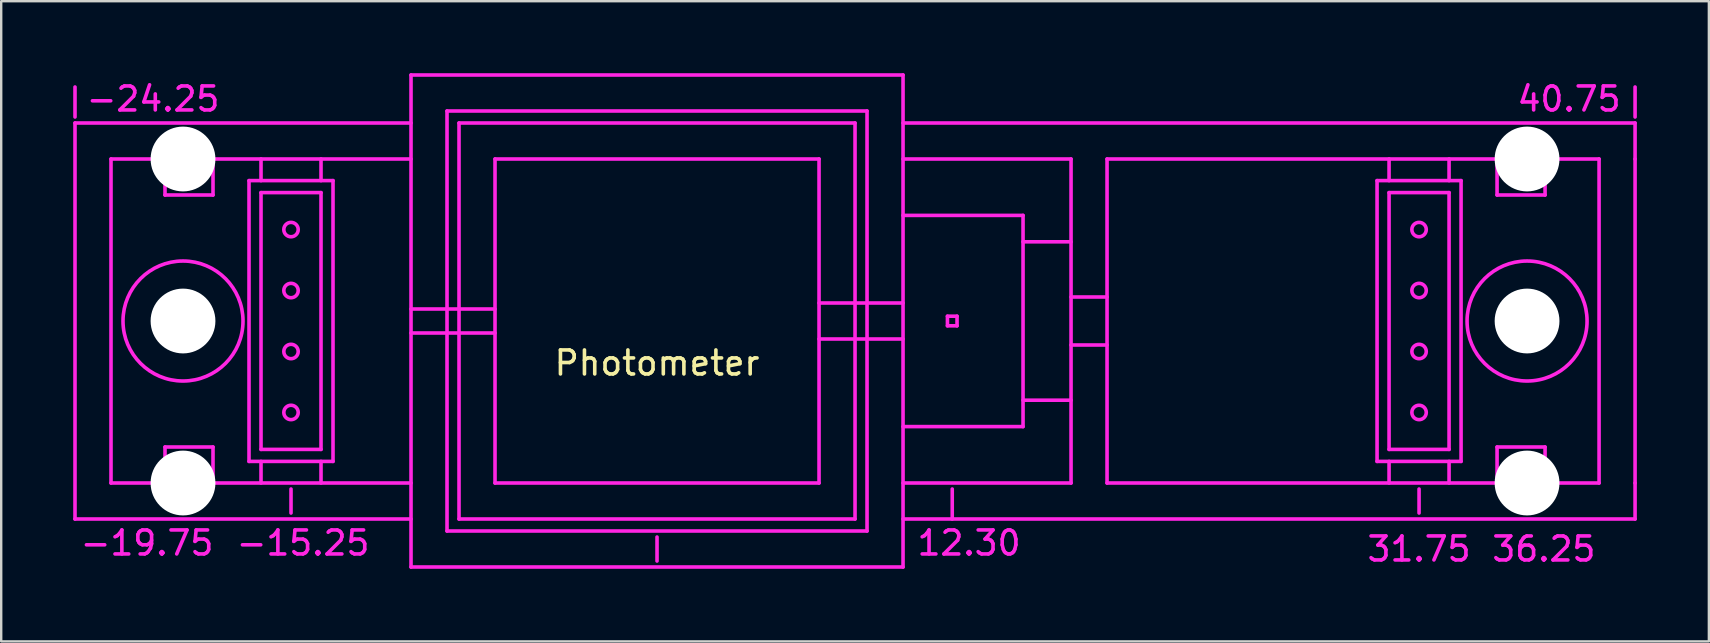
<source format=kicad_pcb>
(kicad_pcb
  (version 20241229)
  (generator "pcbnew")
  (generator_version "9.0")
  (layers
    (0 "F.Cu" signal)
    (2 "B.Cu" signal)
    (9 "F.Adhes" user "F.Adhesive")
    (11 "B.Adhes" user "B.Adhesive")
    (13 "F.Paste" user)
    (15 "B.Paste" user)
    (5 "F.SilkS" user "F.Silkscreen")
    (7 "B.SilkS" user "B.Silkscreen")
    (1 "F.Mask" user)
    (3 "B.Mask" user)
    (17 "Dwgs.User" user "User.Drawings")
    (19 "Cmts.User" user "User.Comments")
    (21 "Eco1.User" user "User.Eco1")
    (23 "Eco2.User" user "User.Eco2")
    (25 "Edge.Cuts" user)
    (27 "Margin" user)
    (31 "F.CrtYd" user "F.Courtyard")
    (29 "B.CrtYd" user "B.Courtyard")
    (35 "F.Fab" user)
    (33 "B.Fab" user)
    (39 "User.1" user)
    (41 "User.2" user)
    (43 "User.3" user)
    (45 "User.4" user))
  (footprint "Photometer"
    (layer "F.Cu")
    (at 24.325 10.325)
    (property "Reference" "Photometer" (at 0 1.75 0) (layer "F.SilkS") (effects (font (size 1 1) (thickness 0.15))))
    (attr through_hole)
    (fp_line (start -24.25 -8.5) (end -24.25 -9.75) (stroke (width 0.15) (type solid)) (layer "F.CrtYd"))
    (fp_line (start -24.25 -8.25) (end -24.25 8.25) (stroke (width 0.15) (type solid)) (layer "F.CrtYd"))
    (fp_line (start -22.75 -6.75) (end -22.75 6.75) (stroke (width 0.15) (type solid)) (layer "F.CrtYd"))
    (fp_line (start -22.75 -6.75) (end -10.25 -6.75) (stroke (width 0.15) (type solid)) (layer "F.CrtYd"))
    (fp_line (start -22.75 6.75) (end -10.25 6.75) (stroke (width 0.15) (type solid)) (layer "F.CrtYd"))
    (fp_line (start -20.5 -6.75) (end -20.5 -5.25) (stroke (width 0.15) (type solid)) (layer "F.CrtYd"))
    (fp_line (start -20.5 -5.25) (end -18.5 -5.25) (stroke (width 0.15) (type solid)) (layer "F.CrtYd"))
    (fp_line (start -20.5 5.25) (end -20.5 6.75) (stroke (width 0.15) (type solid)) (layer "F.CrtYd"))
    (fp_line (start -20.5 5.25) (end -18.5 5.25) (stroke (width 0.15) (type solid)) (layer "F.CrtYd"))
    (fp_line (start -19.75 7) (end -19.75 8) (stroke (width 0.15) (type solid)) (layer "F.CrtYd"))
    (fp_line (start -18.5 -5.25) (end -18.5 -6.75) (stroke (width 0.15) (type solid)) (layer "F.CrtYd"))
    (fp_line (start -18.5 5.25) (end -18.5 6.75) (stroke (width 0.15) (type solid)) (layer "F.CrtYd"))
    (fp_line (start -17 -5.85) (end -17 5.85) (stroke (width 0.15) (type solid)) (layer "F.CrtYd"))
    (fp_line (start -17 5.85) (end -13.5 5.85) (stroke (width 0.15) (type solid)) (layer "F.CrtYd"))
    (fp_line (start -16.5 -5.85) (end -16.5 -6.75) (stroke (width 0.15) (type solid)) (layer "F.CrtYd"))
    (fp_line (start -16.5 5.35) (end -16.5 -5.35) (stroke (width 0.15) (type solid)) (layer "F.CrtYd"))
    (fp_line (start -16.5 6.75) (end -16.5 5.85) (stroke (width 0.15) (type solid)) (layer "F.CrtYd"))
    (fp_line (start -15.25 7) (end -15.25 8) (stroke (width 0.15) (type solid)) (layer "F.CrtYd"))
    (fp_line (start -14 -5.85) (end -14 -6.75) (stroke (width 0.15) (type solid)) (layer "F.CrtYd"))
    (fp_line (start -14 -5.35) (end -16.5 -5.35) (stroke (width 0.15) (type solid)) (layer "F.CrtYd"))
    (fp_line (start -14 -5.35) (end -14 5.35) (stroke (width 0.15) (type solid)) (layer "F.CrtYd"))
    (fp_line (start -14 5.35) (end -16.5 5.35) (stroke (width 0.15) (type solid)) (layer "F.CrtYd"))
    (fp_line (start -14 5.85) (end -14 6.75) (stroke (width 0.15) (type solid)) (layer "F.CrtYd"))
    (fp_line (start -13.5 -5.85) (end -17 -5.85) (stroke (width 0.15) (type solid)) (layer "F.CrtYd"))
    (fp_line (start -13.5 5.85) (end -13.5 -5.85) (stroke (width 0.15) (type solid)) (layer "F.CrtYd"))
    (fp_line (start -10.25 -10.25) (end 10.25 -10.25) (stroke (width 0.15) (type solid)) (layer "F.CrtYd"))
    (fp_line (start -10.25 -8.25) (end -24.25 -8.25) (stroke (width 0.15) (type solid)) (layer "F.CrtYd"))
    (fp_line (start -10.25 -0.5) (end -6.75 -0.5) (stroke (width 0.15) (type solid)) (layer "F.CrtYd"))
    (fp_line (start -10.25 8.25) (end -24.25 8.25) (stroke (width 0.15) (type solid)) (layer "F.CrtYd"))
    (fp_line (start -10.25 10.25) (end -10.25 -10.25) (stroke (width 0.15) (type solid)) (layer "F.CrtYd"))
    (fp_line (start -8.75 -8.75) (end 8.75 -8.75) (stroke (width 0.15) (type solid)) (layer "F.CrtYd"))
    (fp_line (start -8.75 8.75) (end -8.75 -8.75) (stroke (width 0.15) (type solid)) (layer "F.CrtYd"))
    (fp_line (start -8.25 -8.25) (end 8.25 -8.25) (stroke (width 0.15) (type solid)) (layer "F.CrtYd"))
    (fp_line (start -8.25 8.25) (end -8.25 -8.25) (stroke (width 0.15) (type solid)) (layer "F.CrtYd"))
    (fp_line (start -6.75 -6.75) (end 6.75 -6.75) (stroke (width 0.15) (type solid)) (layer "F.CrtYd"))
    (fp_line (start -6.75 0.5) (end -10.25 0.5) (stroke (width 0.15) (type solid)) (layer "F.CrtYd"))
    (fp_line (start -6.75 6.75) (end -6.75 -6.75) (stroke (width 0.15) (type solid)) (layer "F.CrtYd"))
    (fp_line (start 0 9) (end 0 10) (stroke (width 0.15) (type solid)) (layer "F.CrtYd"))
    (fp_line (start 6.75 -6.75) (end 6.75 6.75) (stroke (width 0.15) (type solid)) (layer "F.CrtYd"))
    (fp_line (start 6.75 -0.75) (end 10.25 -0.75) (stroke (width 0.15) (type solid)) (layer "F.CrtYd"))
    (fp_line (start 6.75 6.75) (end -6.75 6.75) (stroke (width 0.15) (type solid)) (layer "F.CrtYd"))
    (fp_line (start 8.25 -8.25) (end 8.25 8.25) (stroke (width 0.15) (type solid)) (layer "F.CrtYd"))
    (fp_line (start 8.25 8.25) (end -8.25 8.25) (stroke (width 0.15) (type solid)) (layer "F.CrtYd"))
    (fp_line (start 8.75 -8.75) (end 8.75 8.75) (stroke (width 0.15) (type solid)) (layer "F.CrtYd"))
    (fp_line (start 8.75 8.75) (end -8.75 8.75) (stroke (width 0.15) (type solid)) (layer "F.CrtYd"))
    (fp_line (start 10.25 -10.25) (end 10.25 10.25) (stroke (width 0.15) (type solid)) (layer "F.CrtYd"))
    (fp_line (start 10.25 -8.25) (end 40.75 -8.25) (stroke (width 0.15) (type solid)) (layer "F.CrtYd"))
    (fp_line (start 10.25 0.75) (end 6.75 0.75) (stroke (width 0.15) (type solid)) (layer "F.CrtYd"))
    (fp_line (start 10.25 8.25) (end 40.75 8.25) (stroke (width 0.15) (type solid)) (layer "F.CrtYd"))
    (fp_line (start 10.25 10.25) (end -10.25 10.25) (stroke (width 0.15) (type solid)) (layer "F.CrtYd"))
    (fp_line (start 12.1 -0.2) (end 12.5 -0.2) (stroke (width 0.15) (type solid)) (layer "F.CrtYd"))
    (fp_line (start 12.1 0.2) (end 12.1 -0.2) (stroke (width 0.15) (type solid)) (layer "F.CrtYd"))
    (fp_line (start 12.3 8.25) (end 12.3 7) (stroke (width 0.15) (type solid)) (layer "F.CrtYd"))
    (fp_line (start 12.5 -0.2) (end 12.5 0.2) (stroke (width 0.15) (type solid)) (layer "F.CrtYd"))
    (fp_line (start 12.5 0.2) (end 12.1 0.2) (stroke (width 0.15) (type solid)) (layer "F.CrtYd"))
    (fp_line (start 15.25 -4.4) (end 10.25 -4.4) (stroke (width 0.15) (type solid)) (layer "F.CrtYd"))
    (fp_line (start 15.25 -4.4) (end 15.25 4.4) (stroke (width 0.15) (type solid)) (layer "F.CrtYd"))
    (fp_line (start 15.25 -3.3) (end 17.25 -3.3) (stroke (width 0.15) (type solid)) (layer "F.CrtYd"))
    (fp_line (start 15.25 3.3) (end 17.25 3.3) (stroke (width 0.15) (type solid)) (layer "F.CrtYd"))
    (fp_line (start 15.25 4.4) (end 10.25 4.4) (stroke (width 0.15) (type solid)) (layer "F.CrtYd"))
    (fp_line (start 17.25 -6.75) (end 10.25 -6.75) (stroke (width 0.15) (type solid)) (layer "F.CrtYd"))
    (fp_line (start 17.25 -1) (end 18.75 -1) (stroke (width 0.15) (type solid)) (layer "F.CrtYd"))
    (fp_line (start 17.25 6.75) (end 10.25 6.75) (stroke (width 0.15) (type solid)) (layer "F.CrtYd"))
    (fp_line (start 17.25 6.75) (end 17.25 -6.75) (stroke (width 0.15) (type solid)) (layer "F.CrtYd"))
    (fp_line (start 18.75 -6.75) (end 18.75 6.75) (stroke (width 0.15) (type solid)) (layer "F.CrtYd"))
    (fp_line (start 18.75 -6.75) (end 39.25 -6.75) (stroke (width 0.15) (type solid)) (layer "F.CrtYd"))
    (fp_line (start 18.75 1) (end 17.25 1) (stroke (width 0.15) (type solid)) (layer "F.CrtYd"))
    (fp_line (start 18.75 6.75) (end 39.25 6.75) (stroke (width 0.15) (type solid)) (layer "F.CrtYd"))
    (fp_line (start 30 -5.85) (end 30 5.85) (stroke (width 0.15) (type solid)) (layer "F.CrtYd"))
    (fp_line (start 30 5.85) (end 33.5 5.85) (stroke (width 0.15) (type solid)) (layer "F.CrtYd"))
    (fp_line (start 30.5 -5.85) (end 30.5 -6.75) (stroke (width 0.15) (type solid)) (layer "F.CrtYd"))
    (fp_line (start 30.5 5.35) (end 30.5 -5.35) (stroke (width 0.15) (type solid)) (layer "F.CrtYd"))
    (fp_line (start 30.5 6.75) (end 30.5 5.85) (stroke (width 0.15) (type solid)) (layer "F.CrtYd"))
    (fp_line (start 31.75 7) (end 31.75 8) (stroke (width 0.15) (type solid)) (layer "F.CrtYd"))
    (fp_line (start 33 -5.85) (end 33 -6.75) (stroke (width 0.15) (type solid)) (layer "F.CrtYd"))
    (fp_line (start 33 -5.35) (end 30.5 -5.35) (stroke (width 0.15) (type solid)) (layer "F.CrtYd"))
    (fp_line (start 33 -5.35) (end 33 5.35) (stroke (width 0.15) (type solid)) (layer "F.CrtYd"))
    (fp_line (start 33 5.35) (end 30.5 5.35) (stroke (width 0.15) (type solid)) (layer "F.CrtYd"))
    (fp_line (start 33 5.85) (end 33 6.75) (stroke (width 0.15) (type solid)) (layer "F.CrtYd"))
    (fp_line (start 33.5 -5.85) (end 30 -5.85) (stroke (width 0.15) (type solid)) (layer "F.CrtYd"))
    (fp_line (start 33.5 5.85) (end 33.5 -5.85) (stroke (width 0.15) (type solid)) (layer "F.CrtYd"))
    (fp_line (start 35 -6.75) (end 35 -5.25) (stroke (width 0.15) (type solid)) (layer "F.CrtYd"))
    (fp_line (start 35 -5.25) (end 37 -5.25) (stroke (width 0.15) (type solid)) (layer "F.CrtYd"))
    (fp_line (start 35 5.25) (end 37 5.25) (stroke (width 0.15) (type solid)) (layer "F.CrtYd"))
    (fp_line (start 35 6.75) (end 35 5.25) (stroke (width 0.15) (type solid)) (layer "F.CrtYd"))
    (fp_line (start 36.25 7) (end 36.25 8) (stroke (width 0.15) (type solid)) (layer "F.CrtYd"))
    (fp_line (start 37 -5.25) (end 37 -6.75) (stroke (width 0.15) (type solid)) (layer "F.CrtYd"))
    (fp_line (start 37 5.25) (end 37 6.75) (stroke (width 0.15) (type solid)) (layer "F.CrtYd"))
    (fp_line (start 39.25 6.75) (end 39.25 -6.75) (stroke (width 0.15) (type solid)) (layer "F.CrtYd"))
    (fp_line (start 40.75 -8.5) (end 40.75 -9.75) (stroke (width 0.15) (type solid)) (layer "F.CrtYd"))
    (fp_line (start 40.75 -8.25) (end 40.75 -6.75) (stroke (width 0.15) (type solid)) (layer "F.CrtYd"))
    (fp_line (start 40.75 -6.75) (end 40.75 6.75) (stroke (width 0.15) (type solid)) (layer "F.CrtYd"))
    (fp_line (start 40.75 8.25) (end 40.75 6.75) (stroke (width 0.15) (type solid)) (layer "F.CrtYd"))
    (fp_circle (center -19.75 0) (end -17.25 0) (stroke (width 0.15) (type solid)) (fill no) (layer "F.CrtYd"))
    (fp_circle (center -15.25 -3.81) (end -14.95 -3.81) (stroke (width 0.15) (type solid)) (fill no) (layer "F.CrtYd"))
    (fp_circle (center -15.25 -1.27) (end -14.95 -1.27) (stroke (width 0.15) (type solid)) (fill no) (layer "F.CrtYd"))
    (fp_circle (center -15.25 1.27) (end -14.95 1.27) (stroke (width 0.15) (type solid)) (fill no) (layer "F.CrtYd"))
    (fp_circle (center -15.25 3.81) (end -14.95 3.81) (stroke (width 0.15) (type solid)) (fill no) (layer "F.CrtYd"))
    (fp_circle (center 31.75 -3.81) (end 32.05 -3.81) (stroke (width 0.15) (type solid)) (fill no) (layer "F.CrtYd"))
    (fp_circle (center 31.75 -1.27) (end 32.05 -1.27) (stroke (width 0.15) (type solid)) (fill no) (layer "F.CrtYd"))
    (fp_circle (center 31.75 1.27) (end 32.05 1.27) (stroke (width 0.15) (type solid)) (fill no) (layer "F.CrtYd"))
    (fp_circle (center 31.75 3.81) (end 32.05 3.81) (stroke (width 0.15) (type solid)) (fill no) (layer "F.CrtYd"))
    (fp_circle (center 36.25 0) (end 38.75 0) (stroke (width 0.15) (type solid)) (fill no) (layer "F.CrtYd"))
    (fp_text user "-19.75" (at -21.25 9.25 0) (layer "F.CrtYd") (effects (font (size 1 1) (thickness 0.15))))
    (fp_text user "36.25" (at 36.95 9.5 0) (layer "F.CrtYd") (effects (font (size 1 1) (thickness 0.15))))
    (fp_text user "31.75" (at 31.75 9.5 0) (layer "F.CrtYd") (effects (font (size 1 1) (thickness 0.15))))
    (fp_text user "12.30" (at 13 9.25 0) (layer "F.CrtYd") (effects (font (size 1 1) (thickness 0.15))))
    (fp_text user "-24.25" (at -21 -9.25 0) (layer "F.CrtYd") (effects (font (size 1 1) (thickness 0.15))))
    (fp_text user "-15.25" (at -14.75 9.25 0) (layer "F.CrtYd") (effects (font (size 1 1) (thickness 0.15))))
    (fp_text user "40.75" (at 38 -9.25 0) (layer "F.CrtYd") (effects (font (size 1 1) (thickness 0.15))))
    (pad "" np_thru_hole circle (at -19.75 -6.75) (size 2.7 2.7) (drill 2.7) (layers "*.Cu" "*.Mask"))
    (pad "" np_thru_hole circle (at -19.75 0) (size 2.7 2.7) (drill 2.7) (layers "*.Mask" "B.Cu"))
    (pad "" np_thru_hole circle (at -19.75 6.75) (size 2.7 2.7) (drill 2.7) (layers "*.Cu" "*.Mask"))
    (pad "" np_thru_hole circle (at 36.25 -6.75) (size 2.7 2.7) (drill 2.7) (layers "*.Cu" "*.Mask"))
    (pad "" np_thru_hole circle (at 36.25 0) (size 2.7 2.7) (drill 2.7) (layers "*.Mask" "B.Cu"))
    (pad "" np_thru_hole circle (at 36.25 6.75) (size 2.7 2.7) (drill 2.7) (layers "*.Cu" "*.Mask")))
  (gr_rect
    (start -3 -3)
    (end 68.15 23.673)
    (stroke (width 0.1) (type default))
    (fill no)
    (layer "Edge.Cuts")))
</source>
